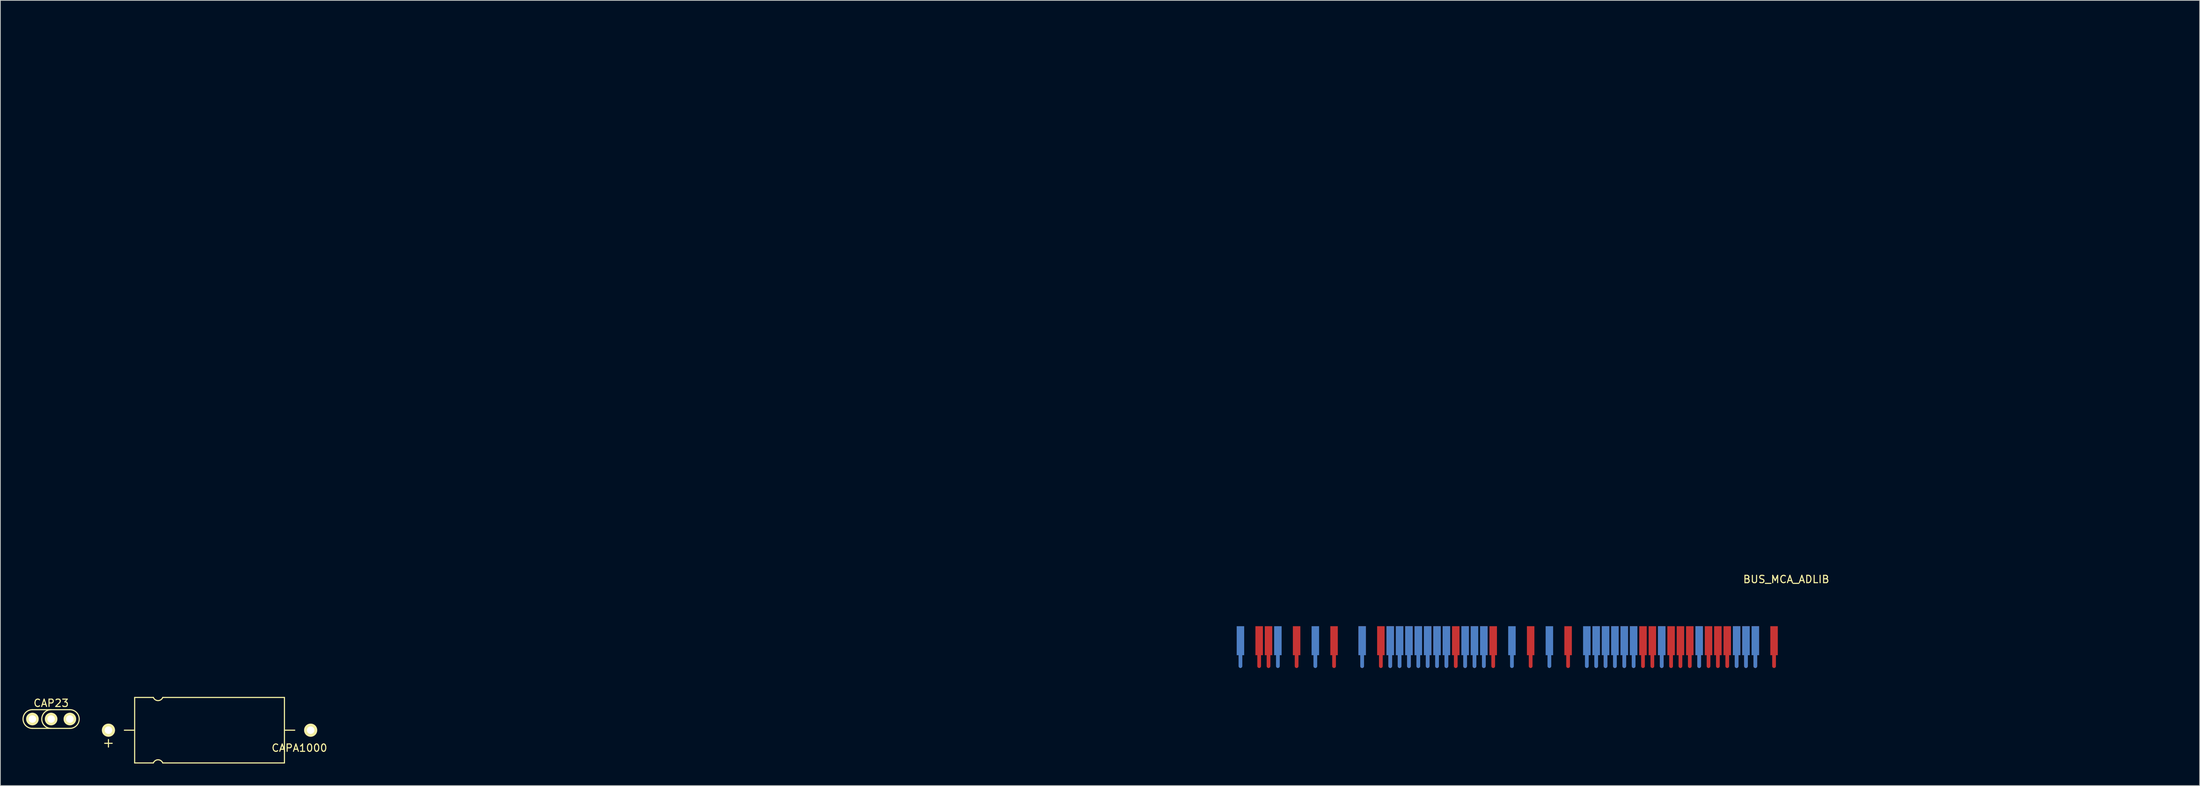
<source format=kicad_pcb>
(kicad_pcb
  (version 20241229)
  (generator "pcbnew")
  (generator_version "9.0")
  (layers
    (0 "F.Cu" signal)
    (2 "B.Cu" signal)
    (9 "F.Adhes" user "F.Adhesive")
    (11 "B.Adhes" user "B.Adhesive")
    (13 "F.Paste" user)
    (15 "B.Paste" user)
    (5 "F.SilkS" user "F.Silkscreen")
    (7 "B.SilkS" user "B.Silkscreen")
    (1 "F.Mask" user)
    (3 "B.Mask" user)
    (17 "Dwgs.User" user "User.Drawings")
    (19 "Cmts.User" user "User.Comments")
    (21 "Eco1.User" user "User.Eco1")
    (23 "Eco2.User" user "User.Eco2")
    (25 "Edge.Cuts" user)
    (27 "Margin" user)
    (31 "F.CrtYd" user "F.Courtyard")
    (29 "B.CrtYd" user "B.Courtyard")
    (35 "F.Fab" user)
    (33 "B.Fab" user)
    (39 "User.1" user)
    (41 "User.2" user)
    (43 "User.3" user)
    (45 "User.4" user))
  (footprint "CAP23"
    (layer "F.Cu")
    (at 3.886 94.526)
    (property "Reference" "CAP23" (at 0 -2.159 0) (layer "F.SilkS") (effects (font (size 1 1) (thickness 0.15))))
    (attr through_hole)
    (fp_line (start -2.54 1.27) (end 2.54 1.27) (stroke (width 0.152) (type solid)) (layer "F.SilkS"))
    (fp_line (start 2.54 -1.27) (end -2.54 -1.27) (stroke (width 0.152) (type solid)) (layer "F.SilkS"))
    (fp_arc (start -2.54 1.27) (mid -3.81 0) (end -2.54 -1.27) (stroke (width 0.1524) (type solid)) (layer "F.SilkS"))
    (fp_arc (start 0 1.27) (mid -1.27 0) (end 0 -1.27) (stroke (width 0.1524) (type solid)) (layer "F.SilkS"))
    (fp_arc (start 2.54 -1.27) (mid 3.81 0) (end 2.54 1.27) (stroke (width 0.1524) (type solid)) (layer "F.SilkS"))
    (pad "1" thru_hole circle (at 2.54 0) (size 1.702 1.702) (drill 1.016) (layers "*.Cu" "*.Mask" "F.SilkS"))
    (pad "2" thru_hole circle (at -2.54 0) (size 1.702 1.702) (drill 1.016) (layers "*.Cu" "*.Mask" "F.SilkS"))
    (pad "2" thru_hole circle (at 0 0) (size 1.702 1.702) (drill 1.016) (layers "*.Cu" "*.Mask" "F.SilkS")))
  (footprint "BUS_MCA_ADLIB"
    (layer "F.Cu")
    (at 179.832 76.327)
    (property "Reference" "BUS_MCA_ADLIB" (at 59.436 -0.762 0) (layer "F.SilkS") (effects (font (size 1 1) (thickness 0.15))))
    (attr through_hole)
    (fp_poly (pts (xy -15.545 11.684) (xy -15.545 3.81) (xy -0.914 3.81) (xy -0.914 11.684) (xy -1.295 12.065) (xy -15.138 12.065)) (stroke (width 0.1) (type solid)) (fill yes) (layer "F.Mask"))
    (fp_poly (pts (xy 0.914 11.684) (xy 0.914 3.81) (xy 58.598 3.81) (xy 58.598 11.659) (xy 58.166 12.065) (xy 1.321 12.065)) (stroke (width 0.1) (type solid)) (fill yes) (layer "F.Mask"))
    (fp_poly (pts (xy -15.545 11.684) (xy -15.545 3.81) (xy -0.914 3.81) (xy -0.914 11.684) (xy -1.295 12.065) (xy -15.138 12.065)) (stroke (width 0.1) (type solid)) (fill yes) (layer "B.Mask"))
    (fp_poly (pts (xy 0.914 11.684) (xy 0.914 3.81) (xy 58.598 3.81) (xy 58.598 11.659) (xy 58.166 12.065) (xy 1.321 12.065)) (stroke (width 0.1) (type solid)) (fill yes) (layer "B.Mask"))
    (fp_line (start -179.705 -76.2) (end -179.705 3.81) (stroke (width 0.254) (type solid)) (layer "Eco1.User"))
    (fp_line (start -179.705 3.81) (end -16.739 3.81) (stroke (width 0.254) (type solid)) (layer "Eco1.User"))
    (fp_line (start -176.213 -71.12) (end -173.037 -71.12) (stroke (width 0.254) (type solid)) (layer "Eco1.User"))
    (fp_line (start -176.213 0) (end -173.037 0) (stroke (width 0.254) (type solid)) (layer "Eco1.User"))
    (fp_line (start -174.625 -69.532) (end -174.625 -72.707) (stroke (width 0.254) (type solid)) (layer "Eco1.User"))
    (fp_line (start -174.625 -66.294) (end -174.625 -6.096) (stroke (width 0.12) (type solid)) (layer "Eco1.User"))
    (fp_line (start -174.625 -6.096) (end -169.799 -6.096) (stroke (width 0.12) (type solid)) (layer "Eco1.User"))
    (fp_line (start -174.625 1.587) (end -174.625 -1.587) (stroke (width 0.254) (type solid)) (layer "Eco1.User"))
    (fp_line (start -169.799 -73.66) (end -169.799 -66.294) (stroke (width 0.12) (type solid)) (layer "Eco1.User"))
    (fp_line (start -169.799 -66.294) (end -174.625 -66.294) (stroke (width 0.12) (type solid)) (layer "Eco1.User"))
    (fp_line (start -169.799 -6.096) (end -169.799 3.81) (stroke (width 0.12) (type solid)) (layer "Eco1.User"))
    (fp_line (start -15.545 5.004) (end -15.545 11.684) (stroke (width 0.254) (type solid)) (layer "Eco1.User"))
    (fp_line (start -15.545 11.684) (end -15.164 12.065) (stroke (width 0.254) (type solid)) (layer "Eco1.User"))
    (fp_line (start -1.308 12.065) (end -15.164 12.065) (stroke (width 0.254) (type solid)) (layer "Eco1.User"))
    (fp_line (start -1.308 12.065) (end -0.927 11.684) (stroke (width 0.254) (type solid)) (layer "Eco1.User"))
    (fp_line (start -0.927 4.699) (end -0.927 11.684) (stroke (width 0.254) (type solid)) (layer "Eco1.User"))
    (fp_line (start 0.927 4.699) (end 0.927 11.684) (stroke (width 0.254) (type solid)) (layer "Eco1.User"))
    (fp_line (start 0.927 11.684) (end 1.308 12.065) (stroke (width 0.254) (type solid)) (layer "Eco1.User"))
    (fp_line (start 58.217 12.065) (end 1.308 12.065) (stroke (width 0.254) (type solid)) (layer "Eco1.User"))
    (fp_line (start 58.217 12.065) (end 58.598 11.684) (stroke (width 0.254) (type solid)) (layer "Eco1.User"))
    (fp_line (start 58.572 5.004) (end 58.598 11.684) (stroke (width 0.254) (type solid)) (layer "Eco1.User"))
    (fp_line (start 59.792 3.81) (end 85.446 3.81) (stroke (width 0.254) (type solid)) (layer "Eco1.User"))
    (fp_line (start 86.639 3.429) (end 107.315 3.429) (stroke (width 0.12) (type solid)) (layer "Eco1.User"))
    (fp_line (start 86.639 5.004) (end 86.639 3.429) (stroke (width 0.12) (type solid)) (layer "Eco1.User"))
    (fp_line (start 86.639 12.065) (end 86.639 5.004) (stroke (width 0.254) (type solid)) (layer "Eco1.User"))
    (fp_line (start 86.639 12.065) (end 112.395 12.065) (stroke (width 0.254) (type solid)) (layer "Eco1.User"))
    (fp_line (start 102.489 -73.66) (end -169.799 -73.66) (stroke (width 0.12) (type solid)) (layer "Eco1.User"))
    (fp_line (start 102.489 -66.294) (end 102.489 -73.66) (stroke (width 0.12) (type solid)) (layer "Eco1.User"))
    (fp_line (start 105.728 -71.12) (end 108.903 -71.12) (stroke (width 0.254) (type solid)) (layer "Eco1.User"))
    (fp_line (start 105.728 7.239) (end 108.903 7.239) (stroke (width 0.254) (type solid)) (layer "Eco1.User"))
    (fp_line (start 107.315 -69.532) (end 107.315 -72.707) (stroke (width 0.254) (type solid)) (layer "Eco1.User"))
    (fp_line (start 107.315 -66.294) (end 102.489 -66.294) (stroke (width 0.12) (type solid)) (layer "Eco1.User"))
    (fp_line (start 107.315 3.429) (end 107.315 -66.294) (stroke (width 0.12) (type solid)) (layer "Eco1.User"))
    (fp_line (start 107.315 8.826) (end 107.315 5.652) (stroke (width 0.254) (type solid)) (layer "Eco1.User"))
    (fp_line (start 112.395 -76.2) (end -179.705 -76.2) (stroke (width 0.254) (type solid)) (layer "Eco1.User"))
    (fp_line (start 112.395 12.065) (end 112.395 -76.2) (stroke (width 0.254) (type solid)) (layer "Eco1.User"))
    (fp_arc (start -16.7386 3.81) (mid -15.894456 4.159656) (end -15.5448 5.0038) (stroke (width 0.254) (type solid)) (layer "Eco1.User"))
    (fp_arc (start -0.9271 4.699) (mid 0 3.7719) (end 0.9271 4.699) (stroke (width 0.254) (type solid)) (layer "Eco1.User"))
    (fp_arc (start 58.5724 5.0038) (mid 58.922056 4.159656) (end 59.7662 3.81) (stroke (width 0.254) (type solid)) (layer "Eco1.User"))
    (fp_arc (start 85.4456 3.81) (mid 86.289744 4.159656) (end 86.6394 5.0038) (stroke (width 0.254) (type solid)) (layer "Eco1.User"))
    (fp_circle (center -174.625 -71.12) (end -173.037 -71.12) (stroke (width 0.254) (type solid)) (fill no) (layer "Eco1.User"))
    (fp_circle (center -174.625 0) (end -173.037 0) (stroke (width 0.254) (type solid)) (fill no) (layer "Eco1.User"))
    (fp_circle (center 107.315 -71.12) (end 108.903 -71.12) (stroke (width 0.254) (type solid)) (fill no) (layer "Eco1.User"))
    (fp_circle (center 107.315 7.239) (end 108.903 7.239) (stroke (width 0.254) (type solid)) (fill no) (layer "Eco1.User"))
    (pad "A1" smd custom (at 57.785 7.569) (size 1.016 3.937) (layers "F.Cu" "F.Mask") (options (anchor rect)) (primitives (gr_line (start 0 1.321) (end 0 3.454) (width 0.508))))
    (pad "A3" smd custom (at 55.245 7.569) (size 1.016 3.937) (layers "F.Cu" "F.Mask") (options (anchor rect)) (primitives (gr_line (start 0 1.321) (end 0 3.454) (width 0.508))))
    (pad "A4" smd custom (at 53.975 7.569) (size 1.016 3.937) (layers "F.Cu" "F.Mask") (options (anchor rect)) (primitives (gr_line (start 0 1.321) (end 0 3.454) (width 0.508))))
    (pad "A5" smd custom (at 52.705 7.569) (size 1.016 3.937) (layers "F.Cu" "F.Mask") (options (anchor rect)) (primitives (gr_line (start 0 1.321) (end 0 3.454) (width 0.508))))
    (pad "A6" smd custom (at 51.435 7.569) (size 1.016 3.937) (layers "F.Cu" "F.Mask") (options (anchor rect)) (primitives (gr_line (start 0 1.321) (end 0 3.454) (width 0.508))))
    (pad "A7" smd custom (at 50.165 7.569) (size 1.016 3.937) (layers "F.Cu" "F.Mask") (options (anchor rect)) (primitives (gr_line (start 0 1.321) (end 0 3.454) (width 0.508))))
    (pad "A8" smd custom (at 48.895 7.569) (size 1.016 3.937) (layers "F.Cu" "F.Mask") (options (anchor rect)) (primitives (gr_line (start 0 1.321) (end 0 3.454) (width 0.508))))
    (pad "A9" smd custom (at 47.625 7.569) (size 1.016 3.937) (layers "F.Cu" "F.Mask") (options (anchor rect)) (primitives (gr_line (start 0 1.321) (end 0 3.454) (width 0.508))))
    (pad "A10" smd custom (at 46.355 7.569) (size 1.016 3.937) (layers "F.Cu" "F.Mask") (options (anchor rect)) (primitives (gr_line (start 0 1.321) (end 0 3.454) (width 0.508))))
    (pad "A11" smd custom (at 45.085 7.569) (size 1.016 3.937) (layers "F.Cu" "F.Mask") (options (anchor rect)) (primitives (gr_line (start 0 1.321) (end 0 3.454) (width 0.508))))
    (pad "A12" smd custom (at 43.815 7.569) (size 1.016 3.937) (layers "F.Cu" "F.Mask") (options (anchor rect)) (primitives (gr_line (start 0 1.321) (end 0 3.454) (width 0.508))))
    (pad "A13" smd custom (at 42.545 7.569) (size 1.016 3.937) (layers "F.Cu" "F.Mask") (options (anchor rect)) (primitives (gr_line (start 0 1.321) (end 0 3.454) (width 0.508))))
    (pad "A14" smd custom (at 41.275 7.569) (size 1.016 3.937) (layers "F.Cu" "F.Mask") (options (anchor rect)) (primitives (gr_line (start 0 1.321) (end 0 3.454) (width 0.508))))
    (pad "A15" smd custom (at 40.005 7.569) (size 1.016 3.937) (layers "F.Cu" "F.Mask") (options (anchor rect)) (primitives (gr_line (start 0 1.321) (end 0 3.454) (width 0.508))))
    (pad "A16" smd custom (at 38.735 7.569) (size 1.016 3.937) (layers "F.Cu" "F.Mask") (options (anchor rect)) (primitives (gr_line (start 0 1.321) (end 0 3.454) (width 0.508))))
    (pad "A17" smd custom (at 37.465 7.569) (size 1.016 3.937) (layers "F.Cu" "F.Mask") (options (anchor rect)) (primitives (gr_line (start 0 1.321) (end 0 3.454) (width 0.508))))
    (pad "A18" smd custom (at 36.195 7.569) (size 1.016 3.937) (layers "F.Cu" "F.Mask") (options (anchor rect)) (primitives (gr_line (start 0 1.321) (end 0 3.454) (width 0.508))))
    (pad "A19" smd custom (at 34.925 7.569) (size 1.016 3.937) (layers "F.Cu" "F.Mask") (options (anchor rect)) (primitives (gr_line (start 0 1.321) (end 0 3.454) (width 0.508))))
    (pad "A20" smd custom (at 33.655 7.569) (size 1.016 3.937) (layers "F.Cu" "F.Mask") (options (anchor rect)) (primitives (gr_line (start 0 1.321) (end 0 3.454) (width 0.508))))
    (pad "A23" smd custom (at 29.845 7.569) (size 1.016 3.937) (layers "F.Cu" "F.Mask") (options (anchor rect)) (primitives (gr_line (start 0 1.321) (end 0 3.454) (width 0.508))))
    (pad "A27" smd custom (at 24.765 7.569) (size 1.016 3.937) (layers "F.Cu" "F.Mask") (options (anchor rect)) (primitives (gr_line (start 0 1.321) (end 0 3.454) (width 0.508))))
    (pad "A31" smd custom (at 19.685 7.569) (size 1.016 3.937) (layers "F.Cu" "F.Mask") (options (anchor rect)) (primitives (gr_line (start 0 1.321) (end 0 3.454) (width 0.508))))
    (pad "A32" smd custom (at 18.415 7.569) (size 1.016 3.937) (layers "F.Cu" "F.Mask") (options (anchor rect)) (primitives (gr_line (start 0 1.321) (end 0 3.454) (width 0.508))))
    (pad "A33" smd custom (at 17.145 7.569) (size 1.016 3.937) (layers "F.Cu" "F.Mask") (options (anchor rect)) (primitives (gr_line (start 0 1.321) (end 0 3.454) (width 0.508))))
    (pad "A34" smd custom (at 15.875 7.569) (size 1.016 3.937) (layers "F.Cu" "F.Mask") (options (anchor rect)) (primitives (gr_line (start 0 1.321) (end 0 3.454) (width 0.508))))
    (pad "A35" smd custom (at 14.605 7.569) (size 1.016 3.937) (layers "F.Cu" "F.Mask") (options (anchor rect)) (primitives (gr_line (start 0 1.321) (end 0 3.454) (width 0.508))))
    (pad "A36" smd custom (at 13.335 7.569) (size 1.016 3.937) (layers "F.Cu" "F.Mask") (options (anchor rect)) (primitives (gr_line (start 0 1.321) (end 0 3.454) (width 0.508))))
    (pad "A37" smd custom (at 12.065 7.569) (size 1.016 3.937) (layers "F.Cu" "F.Mask") (options (anchor rect)) (primitives (gr_line (start 0 1.321) (end 0 3.454) (width 0.508))))
    (pad "A38" smd custom (at 10.795 7.569) (size 1.016 3.937) (layers "F.Cu" "F.Mask") (options (anchor rect)) (primitives (gr_line (start 0 1.321) (end 0 3.454) (width 0.508))))
    (pad "A39" smd custom (at 9.525 7.569) (size 1.016 3.937) (layers "F.Cu" "F.Mask") (options (anchor rect)) (primitives (gr_line (start 0 1.321) (end 0 3.454) (width 0.508))))
    (pad "A40" smd custom (at 8.255 7.569) (size 1.016 3.937) (layers "F.Cu" "F.Mask") (options (anchor rect)) (primitives (gr_line (start 0 1.321) (end 0 3.454) (width 0.508))))
    (pad "A41" smd custom (at 6.985 7.569) (size 1.016 3.937) (layers "F.Cu" "F.Mask") (options (anchor rect)) (primitives (gr_line (start 0 1.321) (end 0 3.454) (width 0.508))))
    (pad "A42" smd custom (at 5.715 7.569) (size 1.016 3.937) (layers "F.Cu" "F.Mask") (options (anchor rect)) (primitives (gr_line (start 0 1.321) (end 0 3.454) (width 0.508))))
    (pad "A43" smd custom (at 4.445 7.569) (size 1.016 3.937) (layers "F.Cu" "F.Mask") (options (anchor rect)) (primitives (gr_line (start 0 1.321) (end 0 3.454) (width 0.508))))
    (pad "A45" smd custom (at 1.905 7.569) (size 1.016 3.937) (layers "F.Cu" "F.Mask") (options (anchor rect)) (primitives (gr_line (start 0 1.321) (end 0 3.454) (width 0.508))))
    (pad "A48" smd custom (at -1.905 7.569) (size 1.016 3.937) (layers "F.Cu" "F.Mask") (options (anchor rect)) (primitives (gr_line (start 0 1.321) (end 0 3.454) (width 0.508))))
    (pad "A52" smd custom (at -6.985 7.569) (size 1.016 3.937) (layers "F.Cu" "F.Mask") (options (anchor rect)) (primitives (gr_line (start 0 1.321) (end 0 3.454) (width 0.508))))
    (pad "A55" smd custom (at -10.795 7.569) (size 1.016 3.937) (layers "F.Cu" "F.Mask") (options (anchor rect)) (primitives (gr_line (start 0 1.321) (end 0 3.454) (width 0.508))))
    (pad "A56" smd custom (at -12.065 7.569) (size 1.016 3.937) (layers "F.Cu" "F.Mask") (options (anchor rect)) (primitives (gr_line (start 0 1.321) (end 0 3.454) (width 0.508))))
    (pad "B3" smd custom (at 55.245 7.569) (size 1.016 3.937) (layers "B.Cu" "B.Mask") (options (anchor rect)) (primitives (gr_line (start 0 1.321) (end 0 3.454) (width 0.508))))
    (pad "B4" smd custom (at 53.975 7.569) (size 1.016 3.937) (layers "B.Cu" "B.Mask") (options (anchor rect)) (primitives (gr_line (start 0 1.321) (end 0 3.454) (width 0.508))))
    (pad "B5" smd custom (at 52.705 7.569) (size 1.016 3.937) (layers "B.Cu" "B.Mask") (options (anchor rect)) (primitives (gr_line (start 0 1.321) (end 0 3.454) (width 0.508))))
    (pad "B9" smd custom (at 47.625 7.569) (size 1.016 3.937) (layers "B.Cu" "B.Mask") (options (anchor rect)) (primitives (gr_line (start 0 1.321) (end 0 3.454) (width 0.508))))
    (pad "B13" smd custom (at 42.545 7.569) (size 1.016 3.937) (layers "B.Cu" "B.Mask") (options (anchor rect)) (primitives (gr_line (start 0 1.321) (end 0 3.454) (width 0.508))))
    (pad "B16" smd custom (at 38.735 7.569) (size 1.016 3.937) (layers "B.Cu" "B.Mask") (options (anchor rect)) (primitives (gr_line (start 0 1.321) (end 0 3.454) (width 0.508))))
    (pad "B17" smd custom (at 37.465 7.569) (size 1.016 3.937) (layers "B.Cu" "B.Mask") (options (anchor rect)) (primitives (gr_line (start 0 1.321) (end 0 3.454) (width 0.508))))
    (pad "B18" smd custom (at 36.195 7.569) (size 1.016 3.937) (layers "B.Cu" "B.Mask") (options (anchor rect)) (primitives (gr_line (start 0 1.321) (end 0 3.454) (width 0.508))))
    (pad "B19" smd custom (at 34.925 7.569) (size 1.016 3.937) (layers "B.Cu" "B.Mask") (options (anchor rect)) (primitives (gr_line (start 0 1.321) (end 0 3.454) (width 0.508))))
    (pad "B20" smd custom (at 33.655 7.569) (size 1.016 3.937) (layers "B.Cu" "B.Mask") (options (anchor rect)) (primitives (gr_line (start 0 1.321) (end 0 3.454) (width 0.508))))
    (pad "B21" smd custom (at 32.385 7.569) (size 1.016 3.937) (layers "B.Cu" "B.Mask") (options (anchor rect)) (primitives (gr_line (start 0 1.321) (end 0 3.454) (width 0.508))))
    (pad "B25" smd custom (at 27.305 7.569) (size 1.016 3.937) (layers "B.Cu" "B.Mask") (options (anchor rect)) (primitives (gr_line (start 0 1.321) (end 0 3.454) (width 0.508))))
    (pad "B29" smd custom (at 22.225 7.569) (size 1.016 3.937) (layers "B.Cu" "B.Mask") (options (anchor rect)) (primitives (gr_line (start 0 1.321) (end 0 3.454) (width 0.508))))
    (pad "B32" smd custom (at 18.415 7.569) (size 1.016 3.937) (layers "B.Cu" "B.Mask") (options (anchor rect)) (primitives (gr_line (start 0 1.321) (end 0 3.454) (width 0.508))))
    (pad "B33" smd custom (at 17.145 7.569) (size 1.016 3.937) (layers "B.Cu" "B.Mask") (options (anchor rect)) (primitives (gr_line (start 0 1.321) (end 0 3.454) (width 0.508))))
    (pad "B34" smd custom (at 15.875 7.569) (size 1.016 3.937) (layers "B.Cu" "B.Mask") (options (anchor rect)) (primitives (gr_line (start 0 1.321) (end 0 3.454) (width 0.508))))
    (pad "B36" smd custom (at 13.335 7.569) (size 1.016 3.937) (layers "B.Cu" "B.Mask") (options (anchor rect)) (primitives (gr_line (start 0 1.321) (end 0 3.454) (width 0.508))))
    (pad "B37" smd custom (at 12.065 7.569) (size 1.016 3.937) (layers "B.Cu" "B.Mask") (options (anchor rect)) (primitives (gr_line (start 0 1.321) (end 0 3.454) (width 0.508))))
    (pad "B38" smd custom (at 10.795 7.569) (size 1.016 3.937) (layers "B.Cu" "B.Mask") (options (anchor rect)) (primitives (gr_line (start 0 1.321) (end 0 3.454) (width 0.508))))
    (pad "B39" smd custom (at 9.525 7.569) (size 1.016 3.937) (layers "B.Cu" "B.Mask") (options (anchor rect)) (primitives (gr_line (start 0 1.321) (end 0 3.454) (width 0.508))))
    (pad "B40" smd custom (at 8.255 7.569) (size 1.016 3.937) (layers "B.Cu" "B.Mask") (options (anchor rect)) (primitives (gr_line (start 0 1.321) (end 0 3.454) (width 0.508))))
    (pad "B41" smd custom (at 6.985 7.569) (size 1.016 3.937) (layers "B.Cu" "B.Mask") (options (anchor rect)) (primitives (gr_line (start 0 1.321) (end 0 3.454) (width 0.508))))
    (pad "B42" smd custom (at 5.715 7.569) (size 1.016 3.937) (layers "B.Cu" "B.Mask") (options (anchor rect)) (primitives (gr_line (start 0 1.321) (end 0 3.454) (width 0.508))))
    (pad "B45" smd custom (at 1.905 7.569) (size 1.016 3.937) (layers "B.Cu" "B.Mask") (options (anchor rect)) (primitives (gr_line (start 0 1.321) (end 0 3.454) (width 0.508))))
    (pad "B50" smd custom (at -4.445 7.569) (size 1.016 3.937) (layers "B.Cu" "B.Mask") (options (anchor rect)) (primitives (gr_line (start 0 1.321) (end 0 3.454) (width 0.508))))
    (pad "B54" smd custom (at -9.525 7.569) (size 1.016 3.937) (layers "B.Cu" "B.Mask") (options (anchor rect)) (primitives (gr_line (start 0 1.321) (end 0 3.454) (width 0.508))))
    (pad "B58" smd custom (at -14.605 7.569) (size 1.016 3.937) (layers "B.Cu" "B.Mask") (options (anchor rect)) (primitives (gr_line (start 0 1.321) (end 0 3.454) (width 0.508)))))
  (footprint "CAPA1000"
    (layer "F.Cu")
    (at 11.661 96.04)
    (property "Reference" "CAPA1000" (at 25.908 2.413 0) (layer "F.SilkS") (effects (font (size 1 1) (thickness 0.15))))
    (attr through_hole)
    (fp_line (start -0.508 1.778) (end 0.508 1.778) (stroke (width 0.152) (type solid)) (layer "F.SilkS"))
    (fp_line (start 0 1.27) (end 0 2.286) (stroke (width 0.152) (type solid)) (layer "F.SilkS"))
    (fp_line (start 3.556 -4.445) (end 6.096 -4.445) (stroke (width 0.152) (type solid)) (layer "F.SilkS"))
    (fp_line (start 3.556 0) (end 2.159 0) (stroke (width 0.152) (type solid)) (layer "F.SilkS"))
    (fp_line (start 3.556 4.445) (end 3.556 -4.445) (stroke (width 0.152) (type solid)) (layer "F.SilkS"))
    (fp_line (start 3.556 4.445) (end 6.096 4.445) (stroke (width 0.152) (type solid)) (layer "F.SilkS"))
    (fp_line (start 7.366 -4.445) (end 23.876 -4.445) (stroke (width 0.152) (type solid)) (layer "F.SilkS"))
    (fp_line (start 7.366 4.445) (end 23.876 4.445) (stroke (width 0.152) (type solid)) (layer "F.SilkS"))
    (fp_line (start 23.876 -4.445) (end 23.876 4.445) (stroke (width 0.152) (type solid)) (layer "F.SilkS"))
    (fp_line (start 23.876 0) (end 25.273 0) (stroke (width 0.152) (type solid)) (layer "F.SilkS"))
    (fp_arc (start 6.096 4.444999) (mid 6.731 4.015083) (end 7.366 4.445) (stroke (width 0.1524) (type solid)) (layer "F.SilkS"))
    (fp_arc (start 7.366 -4.445) (mid 6.731 -4.015084) (end 6.096 -4.445001) (stroke (width 0.1524) (type solid)) (layer "F.SilkS"))
    (pad "1" thru_hole circle (at 0 0) (size 1.778 1.778) (drill 1.016) (layers "*.Cu" "*.Mask" "F.SilkS"))
    (pad "2" thru_hole circle (at 27.432 0) (size 1.778 1.778) (drill 1.016) (layers "*.Cu" "*.Mask" "F.SilkS")))
  (gr_rect
    (start -3 -3)
    (end 295.354 103.561)
    (stroke (width 0.1) (type default))
    (fill no)
    (layer "Edge.Cuts")))
</source>
